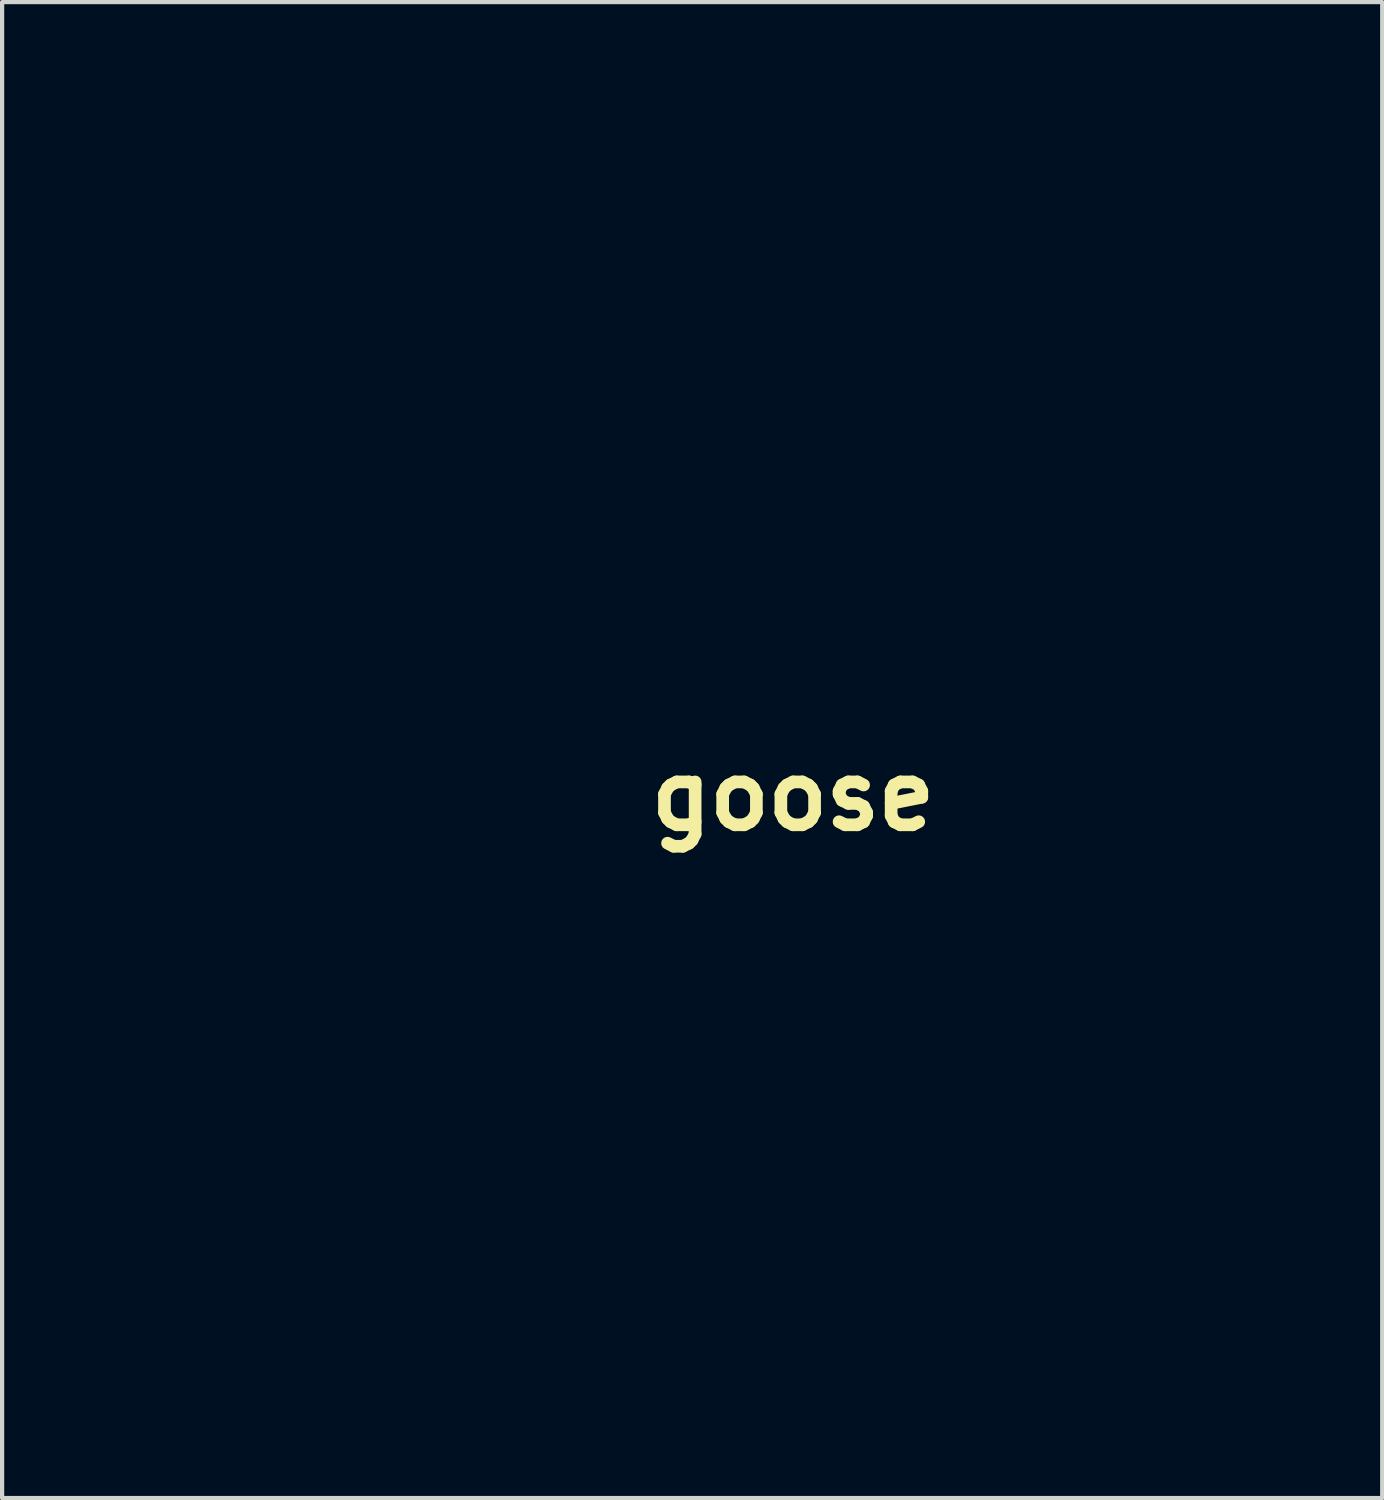
<source format=kicad_pcb>
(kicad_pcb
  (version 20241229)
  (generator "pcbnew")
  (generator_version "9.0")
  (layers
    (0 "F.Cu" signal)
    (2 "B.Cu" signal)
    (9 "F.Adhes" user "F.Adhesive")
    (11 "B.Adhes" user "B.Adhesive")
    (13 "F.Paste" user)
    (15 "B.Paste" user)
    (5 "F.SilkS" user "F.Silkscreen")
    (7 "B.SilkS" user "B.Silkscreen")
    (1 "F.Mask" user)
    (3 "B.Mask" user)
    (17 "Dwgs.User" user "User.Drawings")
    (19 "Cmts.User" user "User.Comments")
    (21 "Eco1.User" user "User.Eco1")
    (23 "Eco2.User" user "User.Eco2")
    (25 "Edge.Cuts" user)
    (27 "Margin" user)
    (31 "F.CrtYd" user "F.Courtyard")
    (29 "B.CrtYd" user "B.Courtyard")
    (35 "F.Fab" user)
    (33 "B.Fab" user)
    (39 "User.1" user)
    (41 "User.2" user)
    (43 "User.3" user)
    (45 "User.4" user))
  (footprint "goose"
    (layer "F.Cu")
    (at 15.742 15.803)
    (property "Reference" "goose" (at 0 0 0) (layer "F.SilkS") (effects (font (size 1.524 1.524) (thickness 0.3))))
    (attr through_hole)
    (fp_poly (pts (xy -5.016 7.271) (xy -5.048 7.303) (xy -5.08 7.271) (xy -5.048 7.239) (xy -5.016 7.271)) (stroke (width 0.01) (type solid)) (fill no) (layer "Eco2.User"))
    (fp_poly (pts (xy -2.095 6.89) (xy -2.127 6.921) (xy -2.159 6.89) (xy -2.127 6.858) (xy -2.095 6.89)) (stroke (width 0.01) (type solid)) (fill no) (layer "Eco2.User"))
    (fp_poly (pts (xy -0.826 12.16) (xy -0.857 12.192) (xy -0.889 12.16) (xy -0.857 12.129) (xy -0.826 12.16)) (stroke (width 0.01) (type solid)) (fill no) (layer "Eco2.User"))
    (fp_poly (pts (xy -0.318 7.08) (xy -0.349 7.112) (xy -0.381 7.08) (xy -0.349 7.048) (xy -0.318 7.08)) (stroke (width 0.01) (type solid)) (fill no) (layer "Eco2.User"))
    (fp_poly (pts (xy 1.016 7.207) (xy 0.984 7.239) (xy 0.953 7.207) (xy 0.984 7.176) (xy 1.016 7.207)) (stroke (width 0.01) (type solid)) (fill no) (layer "Eco2.User"))
    (fp_poly (pts (xy 1.206 7.271) (xy 1.175 7.303) (xy 1.143 7.271) (xy 1.175 7.239) (xy 1.206 7.271)) (stroke (width 0.01) (type solid)) (fill no) (layer "Eco2.User"))
    (fp_poly (pts (xy 1.333 7.207) (xy 1.302 7.239) (xy 1.27 7.207) (xy 1.302 7.176) (xy 1.333 7.207)) (stroke (width 0.01) (type solid)) (fill no) (layer "Eco2.User"))
    (fp_poly (pts (xy 8.445 -8.858) (xy 8.414 -8.826) (xy 8.382 -8.858) (xy 8.414 -8.89) (xy 8.445 -8.858)) (stroke (width 0.01) (type solid)) (fill no) (layer "Eco2.User"))
    (fp_poly (pts (xy -15.642 -15.79) (xy -15.651 -15.753) (xy -15.684 -15.748) (xy -15.737 -15.771) (xy -15.727 -15.79) (xy -15.651 -15.798) (xy -15.642 -15.79)) (stroke (width 0.01) (type solid)) (fill no) (layer "Eco2.User"))
    (fp_poly (pts (xy -0.847 12.023) (xy -0.855 12.06) (xy -0.889 12.065) (xy -0.941 12.042) (xy -0.931 12.023) (xy -0.856 12.015) (xy -0.847 12.023)) (stroke (width 0.01) (type solid)) (fill no) (layer "Eco2.User"))
    (fp_poly (pts (xy -0.683 6.625) (xy -0.675 6.649) (xy -0.762 6.657) (xy -0.852 6.647) (xy -0.841 6.625) (xy -0.711 6.617) (xy -0.683 6.625)) (stroke (width 0.01) (type solid)) (fill no) (layer "Eco2.User"))
    (fp_poly (pts (xy -0.593 12.277) (xy -0.601 12.314) (xy -0.635 12.319) (xy -0.687 12.296) (xy -0.677 12.277) (xy -0.602 12.269) (xy -0.593 12.277)) (stroke (width 0.01) (type solid)) (fill no) (layer "Eco2.User"))
    (fp_poly (pts (xy 7.027 -8.488) (xy 7.035 -8.412) (xy 7.027 -8.403) (xy 6.99 -8.412) (xy 6.985 -8.445) (xy 7.008 -8.498) (xy 7.027 -8.488)) (stroke (width 0.01) (type solid)) (fill no) (layer "Eco2.User"))
    (fp_poly (pts (xy 8.964 -8.846) (xy 9.017 -8.795) (xy 9.073 -8.714) (xy 9.036 -8.72) (xy 8.925 -8.797) (xy 8.857 -8.866) (xy 8.87 -8.89) (xy 8.964 -8.846)) (stroke (width 0.01) (type solid)) (fill no) (layer "Eco2.User"))
    (fp_poly (pts (xy -4 6.907) (xy -4.051 6.983) (xy -4.096 7.008) (xy -4.178 7.029) (xy -4.191 7.023) (xy -4.149 6.969) (xy -4.096 6.921) (xy -4.018 6.883) (xy -4 6.907)) (stroke (width 0.01) (type solid)) (fill no) (layer "Eco2.User"))
    (fp_poly (pts (xy -1.486 11.334) (xy -1.492 11.367) (xy -1.573 11.428) (xy -1.591 11.43) (xy -1.649 11.382) (xy -1.651 11.367) (xy -1.599 11.311) (xy -1.552 11.303) (xy -1.486 11.334)) (stroke (width 0.01) (type solid)) (fill no) (layer "Eco2.User"))
    (fp_poly (pts (xy -1.08 11.971) (xy -1.048 12.002) (xy -1.043 12.058) (xy -1.118 12.048) (xy -1.206 12.002) (xy -1.266 11.952) (xy -1.209 11.939) (xy -1.194 11.939) (xy -1.08 11.971)) (stroke (width 0.01) (type solid)) (fill no) (layer "Eco2.User"))
    (fp_poly (pts (xy -0.961 6.611) (xy -0.982 6.663) (xy -1.074 6.728) (xy -1.168 6.678) (xy -1.175 6.667) (xy -1.161 6.595) (xy -1.113 6.564) (xy -0.997 6.551) (xy -0.961 6.611)) (stroke (width 0.01) (type solid)) (fill no) (layer "Eco2.User"))
    (fp_poly (pts (xy -0.254 12.175) (xy -0.254 12.18) (xy -0.305 12.253) (xy -0.355 12.28) (xy -0.429 12.282) (xy -0.43 12.244) (xy -0.372 12.167) (xy -0.295 12.138) (xy -0.254 12.175)) (stroke (width 0.01) (type solid)) (fill no) (layer "Eco2.User"))
    (fp_poly (pts (xy 4.36 5.373) (xy 4.35 5.397) (xy 4.293 5.458) (xy 4.283 5.461) (xy 4.255 5.412) (xy 4.255 5.397) (xy 4.303 5.336) (xy 4.322 5.334) (xy 4.36 5.373)) (stroke (width 0.01) (type solid)) (fill no) (layer "Eco2.User"))
    (fp_poly (pts (xy 9.345 -8.651) (xy 9.47 -8.575) (xy 9.471 -8.574) (xy 9.558 -8.484) (xy 9.544 -8.453) (xy 9.44 -8.485) (xy 9.342 -8.534) (xy 9.252 -8.607) (xy 9.256 -8.658) (xy 9.345 -8.651)) (stroke (width 0.01) (type solid)) (fill no) (layer "Eco2.User"))
    (fp_poly (pts (xy 0.371 6.704) (xy 0.364 6.759) (xy 0.316 6.797) (xy 0.228 6.844) (xy 0.148 6.841) (xy 0.032 6.799) (xy -0.037 6.762) (xy -0.005 6.733) (xy 0.116 6.702) (xy 0.282 6.682) (xy 0.371 6.704)) (stroke (width 0.01) (type solid)) (fill no) (layer "Eco2.User"))
    (fp_poly (pts (xy 1.721 6.391) (xy 1.698 6.478) (xy 1.636 6.554) (xy 1.614 6.565) (xy 1.461 6.601) (xy 1.356 6.586) (xy 1.333 6.551) (xy 1.383 6.495) (xy 1.497 6.423) (xy 1.621 6.365) (xy 1.686 6.35) (xy 1.721 6.391)) (stroke (width 0.01) (type solid)) (fill no) (layer "Eco2.User"))
    (fp_poly (pts (xy 2.15 6.363) (xy 2.116 6.409) (xy 2.067 6.447) (xy 1.932 6.529) (xy 1.845 6.518) (xy 1.804 6.467) (xy 1.796 6.423) (xy 1.827 6.436) (xy 1.916 6.436) (xy 1.936 6.415) (xy 2.027 6.359) (xy 2.083 6.352) (xy 2.15 6.363)) (stroke (width 0.01) (type solid)) (fill no) (layer "Eco2.User"))
    (fp_poly (pts (xy 7.869 -12.558) (xy 8.178 -12.536) (xy 8.389 -12.504) (xy 8.489 -12.465) (xy 8.495 -12.456) (xy 8.571 -12.394) (xy 8.64 -12.383) (xy 8.735 -12.34) (xy 8.892 -12.226) (xy 9.085 -12.06) (xy 9.196 -11.954) (xy 9.405 -11.743) (xy 9.542 -11.582) (xy 9.631 -11.433) (xy 9.695 -11.26) (xy 9.743 -11.081) (xy 9.801 -10.849) (xy 9.844 -10.679) (xy 9.882 -10.532) (xy 9.924 -10.371) (xy 9.981 -10.158) (xy 10.049 -9.906) (xy 10.141 -9.611) (xy 10.251 -9.318) (xy 10.359 -9.083) (xy 10.378 -9.049) (xy 10.607 -8.645) (xy 10.774 -8.337) (xy 10.883 -8.112) (xy 10.94 -7.959) (xy 10.952 -7.866) (xy 10.948 -7.849) (xy 10.856 -7.755) (xy 10.696 -7.764) (xy 10.47 -7.874) (xy 10.181 -8.086) (xy 9.844 -8.385) (xy 9.612 -8.589) (xy 9.367 -8.779) (xy 9.153 -8.92) (xy 9.114 -8.942) (xy 8.942 -9.036) (xy 8.872 -9.091) (xy 8.893 -9.12) (xy 8.941 -9.131) (xy 9.094 -9.12) (xy 9.175 -9.081) (xy 9.236 -9.05) (xy 9.25 -9.116) (xy 9.244 -9.186) (xy 9.217 -9.305) (xy 9.143 -9.349) (xy 9.01 -9.346) (xy 8.788 -9.331) (xy 8.648 -9.329) (xy 8.544 -9.344) (xy 8.458 -9.368) (xy 8.388 -9.382) (xy 9.498 -9.382) (xy 9.505 -9.295) (xy 9.553 -9.232) (xy 9.575 -9.236) (xy 9.631 -9.218) (xy 9.698 -9.144) (xy 9.794 -9.044) (xy 9.875 -9.019) (xy 9.906 -9.072) (xy 9.87 -9.156) (xy 9.783 -9.283) (xy 9.777 -9.291) (xy 9.666 -9.389) (xy 9.561 -9.419) (xy 9.498 -9.382) (xy 8.388 -9.382) (xy 8.356 -9.389) (xy 8.335 -9.335) (xy 8.354 -9.248) (xy 8.364 -9.114) (xy 8.319 -9.081) (xy 8.27 -9.035) (xy 8.278 -8.985) (xy 8.278 -8.938) (xy 8.218 -8.91) (xy 8.078 -8.895) (xy 7.837 -8.89) (xy 7.777 -8.89) (xy 7.515 -8.883) (xy 7.329 -8.864) (xy 7.243 -8.835) (xy 7.239 -8.826) (xy 7.198 -8.738) (xy 7.115 -8.639) (xy 7.078 -8.594) (xy 7.048 -8.532) (xy 7.025 -8.438) (xy 7.007 -8.297) (xy 6.993 -8.093) (xy 6.981 -7.812) (xy 6.971 -7.438) (xy 6.961 -6.955) (xy 6.958 -6.822) (xy 6.925 -5.128) (xy 7.082 -4.86) (xy 7.173 -4.653) (xy 7.274 -4.323) (xy 7.385 -3.868) (xy 7.468 -3.487) (xy 7.546 -3.12) (xy 7.622 -2.79) (xy 7.688 -2.519) (xy 7.741 -2.331) (xy 7.769 -2.254) (xy 7.797 -2.14) (xy 7.82 -1.902) (xy 7.839 -1.541) (xy 7.853 -1.06) (xy 7.863 -0.516) (xy 7.869 -0.013) (xy 7.871 0.383) (xy 7.868 0.692) (xy 7.859 0.933) (xy 7.843 1.127) (xy 7.82 1.293) (xy 7.786 1.45) (xy 7.745 1.611) (xy 7.675 1.856) (xy 7.611 2.056) (xy 7.563 2.177) (xy 7.553 2.193) (xy 7.5 2.28) (xy 7.41 2.446) (xy 7.305 2.652) (xy 7.088 3.047) (xy 6.829 3.439) (xy 6.511 3.848) (xy 6.119 4.294) (xy 5.717 4.716) (xy 5.41 5.025) (xy 5.17 5.255) (xy 4.981 5.42) (xy 4.824 5.534) (xy 4.683 5.612) (xy 4.59 5.651) (xy 4.371 5.741) (xy 4.093 5.865) (xy 3.81 6.001) (xy 3.757 6.027) (xy 3.517 6.15) (xy 3.368 6.239) (xy 3.286 6.318) (xy 3.246 6.412) (xy 3.226 6.544) (xy 3.223 6.566) (xy 3.144 6.855) (xy 2.964 7.215) (xy 2.897 7.325) (xy 2.716 7.643) (xy 2.62 7.891) (xy 2.618 8.08) (xy 2.716 8.219) (xy 2.921 8.32) (xy 3.239 8.393) (xy 3.621 8.443) (xy 4.163 8.503) (xy 4.592 8.556) (xy 4.923 8.605) (xy 5.17 8.652) (xy 5.334 8.695) (xy 5.789 8.811) (xy 6.322 8.906) (xy 6.893 8.975) (xy 7.464 9.015) (xy 7.998 9.024) (xy 8.456 8.996) (xy 8.519 8.988) (xy 8.726 8.964) (xy 8.845 8.971) (xy 8.912 9.014) (xy 8.947 9.069) (xy 9.074 9.181) (xy 9.223 9.219) (xy 9.381 9.26) (xy 9.445 9.353) (xy 9.449 9.372) (xy 9.446 9.47) (xy 9.394 9.551) (xy 9.276 9.623) (xy 9.074 9.695) (xy 8.772 9.778) (xy 8.629 9.813) (xy 8.299 9.9) (xy 7.963 9.999) (xy 7.672 10.094) (xy 7.556 10.137) (xy 7.325 10.229) (xy 7.124 10.308) (xy 7.001 10.356) (xy 6.884 10.374) (xy 6.671 10.383) (xy 6.39 10.382) (xy 6.073 10.372) (xy 6.057 10.371) (xy 5.256 10.33) (xy 5.176 10.14) (xy 5.118 10.014) (xy 5.079 9.996) (xy 5.028 10.075) (xy 5.022 10.086) (xy 4.915 10.193) (xy 4.816 10.223) (xy 4.727 10.206) (xy 4.707 10.128) (xy 4.722 10.029) (xy 4.731 9.869) (xy 4.7 9.76) (xy 4.599 9.632) (xy 4.517 9.532) (xy 4.438 9.452) (xy 4.345 9.388) (xy 4.223 9.334) (xy 4.058 9.286) (xy 3.832 9.236) (xy 3.53 9.181) (xy 3.138 9.114) (xy 2.639 9.031) (xy 2.546 9.015) (xy 2.105 8.933) (xy 1.772 8.85) (xy 1.527 8.756) (xy 1.352 8.643) (xy 1.226 8.502) (xy 1.144 8.353) (xy 1.067 8.15) (xy 1.021 7.966) (xy 1.016 7.909) (xy 1.003 7.788) (xy 0.978 7.747) (xy 0.879 7.775) (xy 0.738 7.842) (xy 0.602 7.923) (xy 0.517 7.99) (xy 0.508 8.008) (xy 0.453 8.05) (xy 0.333 8.067) (xy 0.16 8.093) (xy -0.048 8.151) (xy -0.095 8.169) (xy -0.311 8.241) (xy -0.572 8.314) (xy -0.699 8.345) (xy -0.925 8.398) (xy -1.101 8.448) (xy -1.29 8.515) (xy -1.435 8.572) (xy -1.514 8.617) (xy -1.543 8.693) (xy -1.533 8.838) (xy -1.519 8.932) (xy -1.491 9.162) (xy -1.472 9.45) (xy -1.464 9.688) (xy -1.428 10.26) (xy -1.33 10.757) (xy -1.176 11.16) (xy -1.163 11.184) (xy -1.08 11.329) (xy -1.002 11.423) (xy -0.895 11.485) (xy -0.727 11.536) (xy -0.495 11.588) (xy -0.082 11.656) (xy 0.31 11.668) (xy 0.531 11.655) (xy 1.048 11.613) (xy 1.299 11.871) (xy 1.456 12.013) (xy 1.595 12.107) (xy 1.661 12.129) (xy 1.76 12.178) (xy 1.893 12.304) (xy 2.032 12.472) (xy 2.149 12.646) (xy 2.216 12.792) (xy 2.223 12.834) (xy 2.171 12.95) (xy 2.08 13.025) (xy 1.931 13.118) (xy 1.765 13.243) (xy 1.757 13.249) (xy 1.605 13.35) (xy 1.469 13.398) (xy 1.456 13.399) (xy 1.329 13.448) (xy 1.255 13.525) (xy 1.131 13.636) (xy 0.974 13.623) (xy 0.865 13.558) (xy 0.737 13.495) (xy 0.536 13.429) (xy 0.39 13.394) (xy 0.152 13.326) (xy 0.073 13.293) (xy 0.974 13.293) (xy 0.982 13.33) (xy 1.016 13.335) (xy 1.068 13.312) (xy 1.058 13.293) (xy 0.983 13.285) (xy 0.974 13.293) (xy 0.073 13.293) (xy -0.065 13.234) (xy -0.157 13.179) (xy -0.325 13.074) (xy 0.203 13.074) (xy 0.21 13.13) (xy 0.241 13.121) (xy 0.328 13.121) (xy 0.347 13.141) (xy 0.424 13.176) (xy 0.515 13.145) (xy 0.517 13.141) (xy 0.635 13.141) (xy 0.681 13.205) (xy 0.699 13.208) (xy 0.76 13.186) (xy 0.762 13.18) (xy 0.718 13.126) (xy 0.699 13.113) (xy 0.64 13.118) (xy 0.635 13.141) (xy 0.517 13.141) (xy 0.552 13.081) (xy 1.143 13.081) (xy 1.166 13.133) (xy 1.185 13.123) (xy 1.193 13.048) (xy 1.185 13.039) (xy 1.148 13.047) (xy 1.143 13.081) (xy 0.552 13.081) (xy 0.556 13.074) (xy 0.553 13.057) (xy 0.478 12.998) (xy 0.351 12.99) (xy 0.238 13.03) (xy 0.203 13.074) (xy -0.325 13.074) (xy -0.358 13.054) (xy -0.572 12.95) (xy -0.631 12.922) (xy 0.572 12.922) (xy 0.603 12.954) (xy 0.635 12.922) (xy 0.603 12.89) (xy 0.572 12.922) (xy -0.631 12.922) (xy -0.933 12.779) (xy -1.269 12.568) (xy -1.56 12.333) (xy -1.786 12.094) (xy -1.928 11.865) (xy -1.969 11.695) (xy -1.983 11.529) (xy -2.021 11.293) (xy -2.076 11.016) (xy -2.142 10.726) (xy -2.21 10.453) (xy -2.275 10.226) (xy -2.33 10.073) (xy -2.361 10.025) (xy -2.408 9.979) (xy -2.395 9.97) (xy -2.382 9.923) (xy -2.418 9.833) (xy -2.461 9.712) (xy -2.513 9.501) (xy -2.568 9.237) (xy -2.595 9.09) (xy -2.699 8.483) (xy -3.207 8.182) (xy -3.603 7.974) (xy -3.922 7.863) (xy -4.011 7.848) (xy -4.264 7.797) (xy -4.525 7.713) (xy -4.582 7.688) (xy -4.828 7.599) (xy -5.094 7.534) (xy -5.154 7.525) (xy -5.432 7.449) (xy -5.599 7.338) (xy -5.753 7.225) (xy -5.906 7.166) (xy -6.027 7.118) (xy -6.077 6.995) (xy -6.082 6.953) (xy -6.088 6.89) (xy -5.563 6.89) (xy -5.536 6.99) (xy -5.464 7.108) (xy -5.37 7.234) (xy -5.311 7.3) (xy -5.305 7.303) (xy -5.29 7.269) (xy -5.18 7.269) (xy -5.175 7.306) (xy -4.927 7.333) (xy -4.725 7.363) (xy -4.601 7.391) (xy -4.579 7.401) (xy -4.53 7.425) (xy -4.534 7.354) (xy -4.586 7.207) (xy -4.65 7.069) (xy -4.717 6.954) (xy -4.499 6.954) (xy -4.48 7.208) (xy -4.43 7.408) (xy -4.36 7.491) (xy -4.346 7.493) (xy -4.264 7.525) (xy -4.255 7.549) (xy -4.197 7.586) (xy -4.048 7.624) (xy -3.889 7.649) (xy -3.621 7.713) (xy -3.311 7.835) (xy -3.003 7.993) (xy -2.74 8.165) (xy -2.594 8.296) (xy -2.534 8.415) (xy -2.471 8.618) (xy -2.418 8.864) (xy -2.414 8.89) (xy -2.353 9.186) (xy -2.269 9.49) (xy -2.189 9.716) (xy -2.088 10) (xy -1.985 10.379) (xy -1.888 10.819) (xy -1.802 11.289) (xy -1.78 11.43) (xy -1.728 11.662) (xy -1.649 11.881) (xy -1.628 11.925) (xy -1.517 12.067) (xy -1.338 12.228) (xy -1.126 12.383) (xy -0.916 12.509) (xy -0.741 12.581) (xy -0.675 12.589) (xy -0.596 12.598) (xy -0.598 12.62) (xy -0.589 12.672) (xy -0.499 12.723) (xy -0.373 12.759) (xy -0.255 12.765) (xy -0.206 12.747) (xy -0.138 12.723) (xy -0.127 12.764) (xy -0.095 12.808) (xy -0.048 12.783) (xy 0.064 12.74) (xy 0.24 12.71) (xy 0.286 12.706) (xy 0.474 12.679) (xy 0.616 12.636) (xy 0.635 12.626) (xy 0.688 12.584) (xy 0.629 12.595) (xy 0.612 12.601) (xy 0.526 12.606) (xy 0.528 12.549) (xy 0.522 12.488) (xy 0.424 12.494) (xy 0.275 12.55) (xy 0.205 12.591) (xy 0.101 12.609) (xy 0.01 12.55) (xy -0.093 12.486) (xy -0.148 12.488) (xy -0.186 12.48) (xy -0.191 12.45) (xy -0.236 12.398) (xy -0.286 12.405) (xy -0.373 12.428) (xy -0.358 12.395) (xy -0.343 12.384) (xy 0.909 12.384) (xy 0.984 12.469) (xy 1.095 12.53) (xy 1.255 12.513) (xy 1.278 12.507) (xy 1.456 12.484) (xy 1.597 12.51) (xy 1.674 12.575) (xy 1.654 12.664) (xy 1.652 12.667) (xy 1.621 12.743) (xy 1.695 12.783) (xy 1.863 12.818) (xy 1.928 12.797) (xy 1.908 12.707) (xy 1.872 12.633) (xy 1.773 12.491) (xy 1.67 12.409) (xy 1.664 12.406) (xy 1.511 12.348) (xy 1.46 12.323) (xy 1.332 12.319) (xy 1.209 12.376) (xy 1.112 12.427) (xy 1.098 12.404) (xy 1.102 12.398) (xy 1.1 12.334) (xy 1.02 12.319) (xy 0.91 12.332) (xy 0.909 12.384) (xy -0.343 12.384) (xy -0.251 12.316) (xy -0.175 12.268) (xy 0.074 12.135) (xy 0.238 12.089) (xy 0.313 12.131) (xy 0.318 12.164) (xy 0.334 12.235) (xy 0.402 12.201) (xy 0.413 12.192) (xy 0.493 12.092) (xy 0.507 12.041) (xy 0.483 12.017) (xy 0.452 12.054) (xy 0.4 12.1) (xy 0.357 12.031) (xy 0.273 11.954) (xy 0.608 11.954) (xy 0.648 12.011) (xy 0.776 12.054) (xy 0.873 12.064) (xy 1.017 12.115) (xy 1.094 12.192) (xy 1.185 12.299) (xy 1.251 12.306) (xy 1.27 12.235) (xy 1.221 12.127) (xy 1.099 12) (xy 0.947 11.89) (xy 0.865 11.851) (xy 0.745 11.843) (xy 0.647 11.886) (xy 0.608 11.954) (xy 0.273 11.954) (xy 0.271 11.952) (xy 0.193 11.956) (xy 0.085 11.958) (xy 0.051 11.931) (xy -0.021 11.889) (xy -0.17 11.868) (xy -0.347 11.868) (xy -0.504 11.89) (xy -0.586 11.928) (xy -0.618 11.986) (xy -0.54 12.002) (xy -0.461 12.018) (xy -0.491 12.073) (xy -0.595 12.119) (xy -0.692 12.087) (xy -0.729 12.002) (xy -0.721 11.97) (xy -0.719 11.894) (xy -0.75 11.888) (xy -0.835 11.857) (xy -0.914 11.779) (xy -0.986 11.7) (xy -1.012 11.723) (xy -1.014 11.755) (xy -1.064 11.834) (xy -1.177 11.855) (xy -1.306 11.823) (xy -1.403 11.742) (xy -1.417 11.716) (xy -1.422 11.652) (xy -1.333 11.652) (xy -1.302 11.684) (xy -1.27 11.652) (xy -1.302 11.62) (xy -1.333 11.652) (xy -1.422 11.652) (xy -1.427 11.586) (xy -1.376 11.529) (xy -1.322 11.441) (xy -1.357 11.336) (xy -1.45 11.25) (xy -1.575 11.22) (xy -1.606 11.225) (xy -1.702 11.241) (xy -1.692 11.198) (xy -1.66 11.156) (xy -1.564 11.088) (xy -1.507 11.091) (xy -1.471 11.091) (xy -1.483 11.064) (xy -1.536 10.923) (xy -1.589 10.691) (xy -1.635 10.408) (xy -1.67 10.111) (xy -1.688 9.836) (xy -1.685 9.622) (xy -1.683 9.598) (xy -1.668 9.417) (xy -1.675 9.306) (xy -1.693 9.289) (xy -1.722 9.248) (xy -1.747 9.109) (xy -1.762 8.904) (xy -1.763 8.899) (xy -1.763 8.638) (xy -1.736 8.481) (xy -1.689 8.411) (xy -1.631 8.318) (xy -1.633 8.287) (xy -1.397 8.287) (xy -1.365 8.319) (xy -1.333 8.287) (xy -1.365 8.255) (xy -1.397 8.287) (xy -1.633 8.287) (xy -1.64 8.174) (xy -1.265 8.174) (xy -1.234 8.188) (xy -1.154 8.191) (xy -1.04 8.152) (xy -1.039 8.149) (xy -0.931 8.149) (xy -0.923 8.187) (xy -0.889 8.191) (xy -0.837 8.168) (xy -0.847 8.149) (xy -0.922 8.142) (xy -0.931 8.149) (xy -1.039 8.149) (xy -1.016 8.088) (xy -1.031 8.021) (xy -1.096 8.048) (xy -1.127 8.071) (xy -1.227 8.146) (xy -1.265 8.174) (xy -1.64 8.174) (xy -1.641 8.154) (xy -1.647 8.125) (xy -1.696 7.906) (xy -1.765 8.074) (xy -1.837 8.211) (xy -1.898 8.283) (xy -1.974 8.269) (xy -2.048 8.161) (xy -2.109 7.99) (xy -2.14 7.811) (xy -1.968 7.811) (xy -1.92 7.872) (xy -1.905 7.874) (xy -1.843 7.826) (xy -1.841 7.811) (xy -1.89 7.749) (xy -1.905 7.747) (xy -1.967 7.795) (xy -1.968 7.811) (xy -2.14 7.811) (xy -2.144 7.787) (xy -2.146 7.635) (xy -2.12 7.437) (xy -2.055 7.31) (xy -1.994 7.26) (xy -1.82 7.26) (xy -1.812 7.298) (xy -1.778 7.303) (xy -1.726 7.279) (xy -1.736 7.26) (xy -1.811 7.253) (xy -1.82 7.26) (xy -1.994 7.26) (xy -1.921 7.2) (xy -1.913 7.195) (xy -1.767 7.112) (xy -1.663 7.08) (xy -1.646 7.084) (xy -1.562 7.086) (xy -1.391 7.061) (xy -1.169 7.014) (xy -1.152 7.01) (xy -0.912 6.957) (xy -0.762 6.939) (xy -0.67 6.955) (xy -0.62 6.99) (xy -0.567 7.064) (xy -0.604 7.139) (xy -0.661 7.193) (xy -0.741 7.268) (xy -0.733 7.297) (xy -0.62 7.293) (xy -0.559 7.287) (xy -0.41 7.282) (xy -0.369 7.31) (xy -0.387 7.342) (xy -0.413 7.427) (xy -0.345 7.469) (xy -0.214 7.45) (xy -0.212 7.45) (xy -0.134 7.428) (xy -0.151 7.472) (xy -0.186 7.518) (xy -0.242 7.617) (xy -0.201 7.677) (xy -0.169 7.738) (xy -0.245 7.834) (xy -0.249 7.838) (xy -0.35 7.91) (xy -0.449 7.907) (xy -0.557 7.859) (xy -0.683 7.803) (xy -0.732 7.822) (xy -0.741 7.935) (xy -0.741 7.948) (xy -0.725 8.074) (xy -0.664 8.119) (xy -0.536 8.086) (xy -0.364 8.001) (xy -0.184 7.92) (xy -0.028 7.876) (xy 0.002 7.874) (xy 0.123 7.846) (xy 0.313 7.774) (xy 0.508 7.684) (xy 0.79 7.555) (xy 0.984 7.501) (xy 1.104 7.522) (xy 1.165 7.615) (xy 1.17 7.636) (xy 1.205 7.807) (xy 1.239 7.969) (xy 1.362 8.263) (xy 1.59 8.494) (xy 1.927 8.66) (xy 2.372 8.765) (xy 2.603 8.791) (xy 2.88 8.827) (xy 3.181 8.885) (xy 3.307 8.915) (xy 3.584 8.98) (xy 3.882 9.035) (xy 4.006 9.053) (xy 4.329 9.124) (xy 4.605 9.242) (xy 4.805 9.391) (xy 4.879 9.496) (xy 4.971 9.605) (xy 5.069 9.61) (xy 5.154 9.614) (xy 5.226 9.693) (xy 5.304 9.869) (xy 5.376 10.043) (xy 5.448 10.129) (xy 5.56 10.157) (xy 5.692 10.16) (xy 5.859 10.147) (xy 5.958 10.114) (xy 5.969 10.097) (xy 5.921 10.035) (xy 5.905 10.033) (xy 5.819 9.987) (xy 5.681 9.869) (xy 5.518 9.706) (xy 5.357 9.527) (xy 5.253 9.396) (xy 5.684 9.396) (xy 5.694 9.487) (xy 5.783 9.609) (xy 5.919 9.731) (xy 6.071 9.82) (xy 6.116 9.836) (xy 6.259 9.877) (xy 6.335 9.9) (xy 6.337 9.9) (xy 6.312 9.859) (xy 6.229 9.749) (xy 6.157 9.658) (xy 5.995 9.489) (xy 6.381 9.489) (xy 6.477 9.52) (xy 6.604 9.599) (xy 6.624 9.687) (xy 6.642 9.802) (xy 6.735 9.87) (xy 6.921 9.899) (xy 7.08 9.903) (xy 7.263 9.9) (xy 7.334 9.887) (xy 7.31 9.855) (xy 7.239 9.814) (xy 7.112 9.768) (xy 7.045 9.785) (xy 6.99 9.778) (xy 6.896 9.688) (xy 6.868 9.652) (xy 6.732 9.514) (xy 6.575 9.468) (xy 6.523 9.468) (xy 6.393 9.475) (xy 6.381 9.489) (xy 5.995 9.489) (xy 5.991 9.485) (xy 5.839 9.383) (xy 5.724 9.365) (xy 5.684 9.396) (xy 5.253 9.396) (xy 5.223 9.359) (xy 5.143 9.232) (xy 5.132 9.199) (xy 5.105 9.13) (xy 5.084 9.112) (xy 5.397 9.112) (xy 5.429 9.144) (xy 5.461 9.112) (xy 5.429 9.081) (xy 5.397 9.112) (xy 5.084 9.112) (xy 5.031 9.068) (xy 4.89 9.001) (xy 4.661 8.918) (xy 4.445 8.848) (xy 4.119 8.751) (xy 3.848 8.681) (xy 3.647 8.642) (xy 3.53 8.635) (xy 3.511 8.662) (xy 3.556 8.7) (xy 3.614 8.749) (xy 3.554 8.762) (xy 3.54 8.762) (xy 3.446 8.736) (xy 3.429 8.707) (xy 3.376 8.648) (xy 3.302 8.618) (xy 3.201 8.611) (xy 3.175 8.635) (xy 3.12 8.678) (xy 2.985 8.714) (xy 2.969 8.717) (xy 2.783 8.713) (xy 2.601 8.626) (xy 2.545 8.586) (xy 2.48 8.541) (xy 2.731 8.541) (xy 2.762 8.572) (xy 2.794 8.541) (xy 2.762 8.509) (xy 2.731 8.541) (xy 2.48 8.541) (xy 2.425 8.503) (xy 2.368 8.479) (xy 2.371 8.493) (xy 2.383 8.576) (xy 2.303 8.606) (xy 2.162 8.576) (xy 2.13 8.562) (xy 2.005 8.461) (xy 1.999 8.345) (xy 2.111 8.24) (xy 2.143 8.224) (xy 2.253 8.145) (xy 2.286 8.077) (xy 2.248 8.027) (xy 2.207 8.041) (xy 2.162 8.057) (xy 2.206 7.992) (xy 2.209 7.987) (xy 2.235 7.938) (xy 2.349 7.938) (xy 2.373 7.99) (xy 2.392 7.98) (xy 2.399 7.904) (xy 2.392 7.895) (xy 2.354 7.904) (xy 2.349 7.938) (xy 2.235 7.938) (xy 2.248 7.911) (xy 2.202 7.848) (xy 2.091 7.786) (xy 1.944 7.727) (xy 1.849 7.712) (xy 1.842 7.715) (xy 1.794 7.679) (xy 1.726 7.556) (xy 1.687 7.465) (xy 1.631 7.236) (xy 1.648 7.066) (xy 1.732 6.972) (xy 1.851 6.969) (xy 1.947 6.964) (xy 1.968 6.929) (xy 2.019 6.865) (xy 2.059 6.858) (xy 2.18 6.817) (xy 2.234 6.776) (xy 2.377 6.662) (xy 2.562 6.547) (xy 2.742 6.456) (xy 2.873 6.414) (xy 2.883 6.413) (xy 2.991 6.361) (xy 3.027 6.302) (xy 3.096 6.195) (xy 3.225 6.052) (xy 3.295 5.987) (xy 3.413 5.871) (xy 3.463 5.796) (xy 3.453 5.781) (xy 3.356 5.823) (xy 3.302 5.874) (xy 3.177 5.952) (xy 3.085 5.969) (xy 2.908 6.019) (xy 2.807 6.152) (xy 2.794 6.236) (xy 2.789 6.309) (xy 2.753 6.348) (xy 2.654 6.366) (xy 2.465 6.377) (xy 2.308 6.37) (xy 2.274 6.332) (xy 2.36 6.265) (xy 2.513 6.194) (xy 2.655 6.11) (xy 2.728 6.021) (xy 2.731 6.006) (xy 2.787 5.923) (xy 2.928 5.858) (xy 2.933 5.857) (xy 3.079 5.801) (xy 3.157 5.736) (xy 3.159 5.732) (xy 3.14 5.69) (xy 3.024 5.711) (xy 3.004 5.717) (xy 2.806 5.774) (xy 2.657 5.808) (xy 2.537 5.853) (xy 2.516 5.941) (xy 2.524 5.979) (xy 2.537 6.056) (xy 2.504 6.091) (xy 2.398 6.094) (xy 2.208 6.074) (xy 1.985 6.058) (xy 1.851 6.076) (xy 1.778 6.128) (xy 1.642 6.216) (xy 1.497 6.18) (xy 1.449 6.14) (xy 1.354 6.106) (xy 1.166 6.081) (xy 0.921 6.065) (xy 0.651 6.058) (xy 0.392 6.061) (xy 0.178 6.076) (xy 0.043 6.102) (xy 0.025 6.11) (xy -0.022 6.133) (xy -0.101 6.154) (xy -0.23 6.176) (xy -0.427 6.201) (xy -0.709 6.233) (xy -1.094 6.273) (xy -1.234 6.287) (xy -1.52 6.318) (xy -1.76 6.349) (xy -1.924 6.375) (xy -1.983 6.391) (xy -2.073 6.412) (xy -2.246 6.432) (xy -2.4 6.443) (xy -2.638 6.462) (xy -2.852 6.49) (xy -2.944 6.509) (xy -3.097 6.526) (xy -3.166 6.492) (xy -3.279 6.42) (xy -3.47 6.405) (xy -3.477 6.406) (xy -3.541 6.466) (xy -3.556 6.545) (xy -3.587 6.67) (xy -3.657 6.777) (xy -3.736 6.825) (xy -3.771 6.813) (xy -3.804 6.722) (xy -3.81 6.657) (xy -3.844 6.558) (xy -3.929 6.553) (xy -4.037 6.635) (xy -4.106 6.731) (xy -4.198 6.85) (xy -4.287 6.915) (xy -4.346 6.915) (xy -4.346 6.84) (xy -4.341 6.826) (xy -4.345 6.745) (xy -4.377 6.731) (xy -4.465 6.788) (xy -4.499 6.954) (xy -4.717 6.954) (xy -4.768 6.867) (xy -4.856 6.787) (xy -4.916 6.83) (xy -4.942 6.935) (xy -5.006 7.084) (xy -5.101 7.19) (xy -5.18 7.269) (xy -5.29 7.269) (xy -5.28 7.249) (xy -5.255 7.142) (xy -5.243 7.035) (xy -5.258 7.015) (xy -5.324 7.004) (xy -5.409 6.943) (xy -5.518 6.869) (xy -5.563 6.89) (xy -6.088 6.89) (xy -6.108 6.711) (xy -6.14 6.604) (xy -5.905 6.604) (xy -5.882 6.656) (xy -5.863 6.646) (xy -5.856 6.571) (xy -5.863 6.562) (xy -5.901 6.57) (xy -5.905 6.604) (xy -6.14 6.604) (xy -6.15 6.57) (xy -6.234 6.501) (xy -6.389 6.479) (xy -6.569 6.477) (xy -6.812 6.469) (xy -6.975 6.435) (xy -7.034 6.403) (xy -4.692 6.403) (xy -4.682 6.458) (xy -4.636 6.445) (xy -4.58 6.355) (xy -4.573 6.299) (xy -4.583 6.228) (xy -4.627 6.274) (xy -4.636 6.287) (xy -4.692 6.403) (xy -7.034 6.403) (xy -7.107 6.363) (xy -7.171 6.313) (xy -7.296 6.18) (xy -7.363 6.057) (xy -7.366 6.033) (xy -7.405 5.921) (xy -7.431 5.878) (xy -0.889 5.878) (xy -0.883 5.969) (xy -0.846 6.013) (xy -0.747 6.021) (xy -0.556 6.002) (xy -0.524 5.998) (xy -0.306 5.959) (xy -0.214 5.931) (xy 2.056 5.931) (xy 2.079 5.964) (xy 2.212 5.969) (xy 2.213 5.969) (xy 2.367 5.943) (xy 2.413 5.881) (xy 2.369 5.781) (xy 2.264 5.761) (xy 2.142 5.827) (xy 2.123 5.846) (xy 2.056 5.931) (xy -0.214 5.931) (xy -0.13 5.905) (xy -0.059 5.866) (xy 0.065 5.793) (xy 0.132 5.778) (xy 0.261 5.742) (xy 0.318 5.71) (xy 0.336 5.675) (xy 0.249 5.667) (xy 0.049 5.684) (xy 0.033 5.685) (xy -0.193 5.722) (xy -0.381 5.773) (xy -0.466 5.812) (xy -0.582 5.859) (xy -0.687 5.857) (xy -0.737 5.812) (xy -0.726 5.772) (xy -0.744 5.723) (xy -0.79 5.715) (xy -0.87 5.77) (xy -0.889 5.878) (xy -7.431 5.878) (xy -7.505 5.76) (xy -7.588 5.652) (xy -7.615 5.616) (xy 0.465 5.616) (xy 0.498 5.63) (xy 0.641 5.621) (xy 0.704 5.613) (xy 0.88 5.589) (xy 0.996 5.574) (xy 1.016 5.571) (xy 1.096 5.588) (xy 1.143 5.605) (xy 1.387 5.683) (xy 1.578 5.712) (xy 1.693 5.691) (xy 1.714 5.652) (xy 1.662 5.599) (xy 1.595 5.588) (xy 1.456 5.544) (xy 1.415 5.51) (xy 3.439 5.51) (xy 3.506 5.612) (xy 3.538 5.651) (xy 3.636 5.742) (xy 3.709 5.778) (xy 3.729 5.749) (xy 3.708 5.704) (xy 3.705 5.657) (xy 3.771 5.672) (xy 3.846 5.682) (xy 3.835 5.64) (xy 3.832 5.593) (xy 3.893 5.606) (xy 4.027 5.608) (xy 4.208 5.556) (xy 4.38 5.472) (xy 4.488 5.379) (xy 4.489 5.377) (xy 4.584 5.277) (xy 4.667 5.219) (xy 4.735 5.173) (xy 4.707 5.151) (xy 4.567 5.145) (xy 4.56 5.145) (xy 4.354 5.176) (xy 4.235 5.273) (xy 4.112 5.385) (xy 4.013 5.427) (xy 3.848 5.478) (xy 3.747 5.524) (xy 3.613 5.564) (xy 3.52 5.521) (xy 3.443 5.474) (xy 3.439 5.51) (xy 1.415 5.51) (xy 1.404 5.501) (xy 1.342 5.456) (xy 1.239 5.445) (xy 1.062 5.465) (xy 0.919 5.491) (xy 0.685 5.54) (xy 0.531 5.584) (xy 0.465 5.616) (xy -7.615 5.616) (xy -7.713 5.487) (xy -7.776 5.38) (xy 2.111 5.38) (xy 2.147 5.427) (xy 2.265 5.447) (xy 2.426 5.444) (xy 2.589 5.419) (xy 2.713 5.374) (xy 2.745 5.348) (xy 2.765 5.3) (xy 2.705 5.279) (xy 2.546 5.279) (xy 2.476 5.283) (xy 2.271 5.308) (xy 2.14 5.352) (xy 2.111 5.38) (xy -7.776 5.38) (xy -7.793 5.35) (xy -7.811 5.295) (xy -7.849 5.175) (xy 4 5.175) (xy 4.032 5.207) (xy 4.064 5.175) (xy 4.032 5.144) (xy 4 5.175) (xy -7.849 5.175) (xy -7.851 5.169) (xy -7.891 5.101) (xy 1.355 5.101) (xy 1.363 5.139) (xy 1.397 5.144) (xy 1.449 5.12) (xy 1.439 5.101) (xy 1.364 5.094) (xy 1.355 5.101) (xy -7.891 5.101) (xy -7.911 5.068) (xy 1.602 5.068) (xy 1.63 5.133) (xy 1.677 5.144) (xy 1.765 5.092) (xy 1.778 5.043) (xy 1.741 4.973) (xy 1.665 4.985) (xy 1.602 5.068) (xy -7.911 5.068) (xy -7.957 4.992) (xy -8.004 4.928) (xy 3.09 4.928) (xy 3.131 5.025) (xy 3.194 5.119) (xy 3.217 5.144) (xy 3.277 5.124) (xy 3.31 5.112) (xy 4.889 5.112) (xy 4.921 5.144) (xy 4.953 5.112) (xy 4.921 5.08) (xy 4.889 5.112) (xy 3.31 5.112) (xy 3.329 5.105) (xy 3.412 5.017) (xy 3.429 4.939) (xy 3.4 4.847) (xy 3.33 4.85) (xy 3.265 4.855) (xy 3.271 4.825) (xy 3.277 4.769) (xy 3.214 4.774) (xy 3.129 4.834) (xy 3.09 4.928) (xy -8.004 4.928) (xy -8.108 4.786) (xy -8.11 4.784) (xy 2.688 4.784) (xy 2.697 4.821) (xy 2.731 4.826) (xy 2.783 4.803) (xy 2.773 4.784) (xy 2.697 4.776) (xy 2.688 4.784) (xy -8.11 4.784) (xy -8.164 4.72) (xy 4.006 4.72) (xy 4.094 4.777) (xy 4.112 4.782) (xy 4.215 4.81) (xy 4.241 4.819) (xy 4.305 4.801) (xy 4.441 4.75) (xy 4.479 4.734) (xy 4.644 4.644) (xy 4.689 4.57) (xy 4.615 4.522) (xy 4.473 4.508) (xy 4.273 4.529) (xy 4.116 4.581) (xy 4.02 4.65) (xy 4.006 4.72) (xy -8.164 4.72) (xy -8.283 4.578) (xy -8.461 4.391) (xy -8.621 4.25) (xy -8.741 4.179) (xy -8.777 4.177) (xy -8.798 4.142) (xy -8.786 4.095) (xy -8.786 4.014) (xy -8.813 4) (xy -8.883 3.951) (xy -8.979 3.827) (xy -9.006 3.782) (xy -9.145 3.604) (xy -9.329 3.436) (xy -9.378 3.401) (xy -9.595 3.255) (xy -9.821 3.104) (xy -9.859 3.079) (xy -10.03 2.973) (xy -10.27 2.838) (xy -10.532 2.699) (xy -10.589 2.67) (xy -10.83 2.544) (xy -11.04 2.427) (xy -11.183 2.339) (xy -11.208 2.321) (xy -11.287 2.253) (xy -11.267 2.237) (xy -11.144 2.257) (xy -10.954 2.293) (xy -11.113 2.202) (xy -11.285 2.116) (xy -11.432 2.062) (xy -11.523 2.051) (xy -11.532 2.084) (xy -11.554 2.103) (xy -11.658 2.068) (xy -11.699 2.05) (xy -11.876 1.959) (xy -11.935 1.914) (xy -11.876 1.916) (xy -11.811 1.932) (xy -11.703 1.957) (xy -11.707 1.933) (xy -11.774 1.877) (xy -11.924 1.796) (xy -12.108 1.74) (xy -12.249 1.701) (xy -12.307 1.625) (xy -12.318 1.469) (xy -12.281 1.261) (xy -12.196 1.081) (xy -12.194 1.08) (xy -12.128 1.004) (xy -12.053 0.958) (xy -11.938 0.937) (xy -11.753 0.934) (xy -11.513 0.941) (xy -11.15 0.941) (xy -10.886 0.912) (xy -10.724 0.864) (xy -10.578 0.82) (xy -10.336 0.765) (xy -10.029 0.707) (xy -9.686 0.65) (xy -9.581 0.635) (xy -9.137 0.569) (xy -8.805 0.515) (xy -8.568 0.47) (xy -8.411 0.431) (xy -8.32 0.393) (xy -8.279 0.355) (xy -8.275 0.346) (xy -8.319 0.293) (xy -8.452 0.207) (xy -8.647 0.107) (xy -8.673 0.095) (xy -8.968 -0.052) (xy -9.141 -0.176) (xy -9.191 -0.286) (xy -9.117 -0.389) (xy -8.919 -0.495) (xy -8.623 -0.604) (xy -8.244 -0.707) (xy -7.943 -0.736) (xy -7.698 -0.688) (xy -7.53 -0.598) (xy -7.367 -0.541) (xy -7.081 -0.512) (xy -6.876 -0.508) (xy -6.614 -0.511) (xy -6.441 -0.526) (xy -6.319 -0.564) (xy -6.211 -0.637) (xy -6.111 -0.725) (xy -5.859 -0.899) (xy -5.618 -0.984) (xy -5.189 -1.082) (xy -4.751 -1.24) (xy -4.604 -1.304) (xy -4.383 -1.392) (xy -4.133 -1.465) (xy -3.828 -1.531) (xy -3.444 -1.593) (xy -2.991 -1.653) (xy -2.606 -1.708) (xy -2.319 -1.766) (xy -2.098 -1.837) (xy -1.914 -1.929) (xy -1.81 -1.998) (xy -1.597 -2.135) (xy -1.369 -2.248) (xy -1.109 -2.341) (xy -0.803 -2.416) (xy -0.436 -2.477) (xy 0.008 -2.526) (xy 0.545 -2.566) (xy 1.189 -2.601) (xy 1.384 -2.609) (xy 1.849 -2.631) (xy 2.283 -2.655) (xy 2.668 -2.679) (xy 2.983 -2.703) (xy 3.209 -2.725) (xy 3.32 -2.741) (xy 3.599 -2.873) (xy 3.835 -3.111) (xy 4.012 -3.438) (xy 4.04 -3.515) (xy 4.083 -3.674) (xy 4.115 -3.867) (xy 4.136 -4.117) (xy 4.148 -4.446) (xy 4.154 -4.876) (xy 4.154 -4.953) (xy 4.155 -5.547) (xy 4.149 -6.024) (xy 4.137 -6.393) (xy 4.118 -6.665) (xy 4.092 -6.849) (xy 4.058 -6.954) (xy 4.047 -6.971) (xy 4.017 -7.082) (xy 4.009 -7.296) (xy 4.021 -7.589) (xy 4.051 -7.94) (xy 4.096 -8.325) (xy 4.155 -8.723) (xy 4.225 -9.111) (xy 4.297 -9.441) (xy 4.357 -9.614) (xy 8.614 -9.614) (xy 8.642 -9.588) (xy 8.67 -9.62) (xy 8.954 -9.62) (xy 8.985 -9.588) (xy 9.017 -9.62) (xy 8.985 -9.652) (xy 8.954 -9.62) (xy 8.67 -9.62) (xy 8.689 -9.642) (xy 8.7 -9.716) (xy 8.696 -9.747) (xy 9.017 -9.747) (xy 9.049 -9.716) (xy 9.081 -9.747) (xy 9.049 -9.779) (xy 9.017 -9.747) (xy 8.696 -9.747) (xy 8.689 -9.819) (xy 8.675 -9.842) (xy 8.642 -9.79) (xy 8.618 -9.716) (xy 8.614 -9.614) (xy 4.357 -9.614) (xy 4.428 -9.819) (xy 4.611 -10.192) (xy 9.033 -10.192) (xy 9.07 -10.069) (xy 9.153 -10.032) (xy 9.241 -10.099) (xy 9.241 -10.1) (xy 9.313 -10.128) (xy 9.372 -10.092) (xy 9.445 -10.05) (xy 9.461 -10.098) (xy 9.408 -10.206) (xy 9.284 -10.303) (xy 9.141 -10.348) (xy 9.136 -10.348) (xy 9.052 -10.297) (xy 9.033 -10.192) (xy 4.611 -10.192) (xy 4.638 -10.248) (xy 4.911 -10.697) (xy 5.227 -11.137) (xy 5.3 -11.222) (xy 7.808 -11.222) (xy 7.843 -11.099) (xy 7.948 -10.994) (xy 8.001 -10.968) (xy 8.178 -10.93) (xy 8.279 -10.984) (xy 8.296 -11.02) (xy 8.285 -11.144) (xy 8.19 -11.268) (xy 8.047 -11.351) (xy 7.959 -11.367) (xy 7.845 -11.324) (xy 7.808 -11.222) (xy 5.3 -11.222) (xy 5.568 -11.537) (xy 5.687 -11.66) (xy 5.933 -11.898) (xy 6.128 -12.066) (xy 6.309 -12.188) (xy 6.511 -12.289) (xy 6.737 -12.381) (xy 7.001 -12.478) (xy 7.204 -12.537) (xy 7.398 -12.564) (xy 7.629 -12.567) (xy 7.869 -12.558)) (stroke (width 0.01) (type solid)) (fill no) (layer "Eco2.User")))
  (gr_rect
    (start -3 -3)
    (end 29.699 32.444)
    (stroke (width 0.1) (type default))
    (fill no)
    (layer "Edge.Cuts")))
</source>
